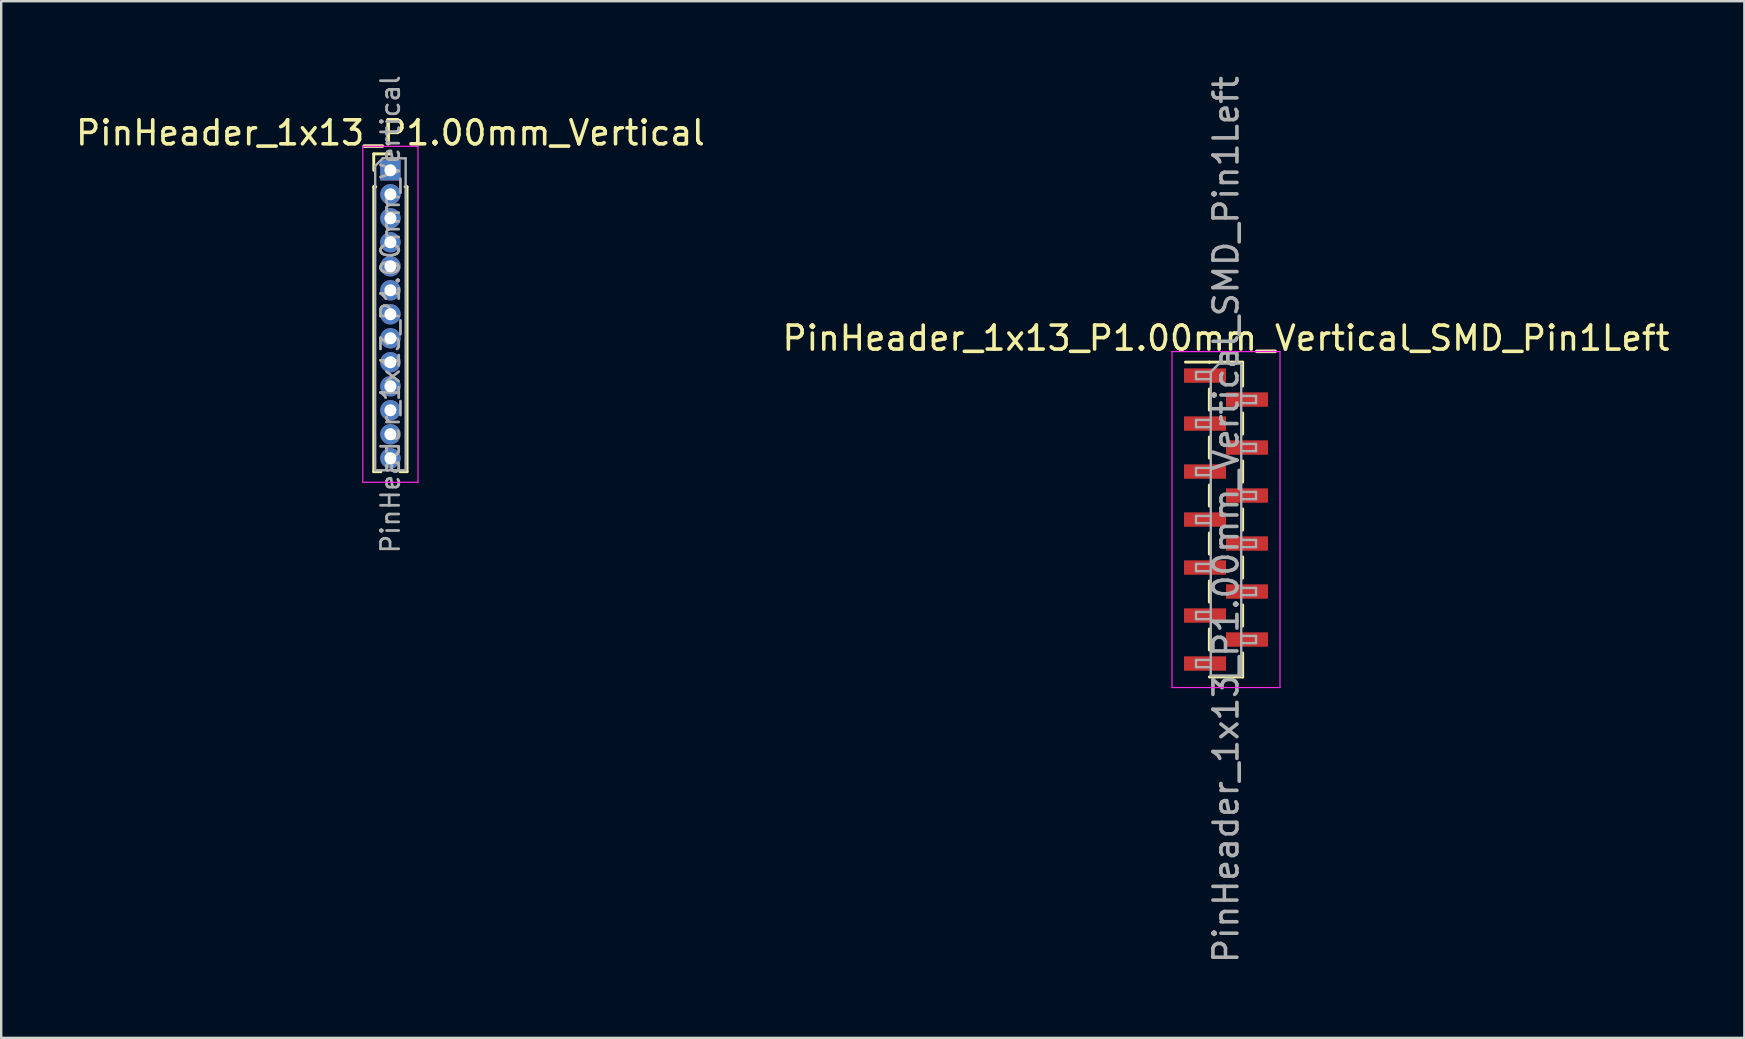
<source format=kicad_pcb>
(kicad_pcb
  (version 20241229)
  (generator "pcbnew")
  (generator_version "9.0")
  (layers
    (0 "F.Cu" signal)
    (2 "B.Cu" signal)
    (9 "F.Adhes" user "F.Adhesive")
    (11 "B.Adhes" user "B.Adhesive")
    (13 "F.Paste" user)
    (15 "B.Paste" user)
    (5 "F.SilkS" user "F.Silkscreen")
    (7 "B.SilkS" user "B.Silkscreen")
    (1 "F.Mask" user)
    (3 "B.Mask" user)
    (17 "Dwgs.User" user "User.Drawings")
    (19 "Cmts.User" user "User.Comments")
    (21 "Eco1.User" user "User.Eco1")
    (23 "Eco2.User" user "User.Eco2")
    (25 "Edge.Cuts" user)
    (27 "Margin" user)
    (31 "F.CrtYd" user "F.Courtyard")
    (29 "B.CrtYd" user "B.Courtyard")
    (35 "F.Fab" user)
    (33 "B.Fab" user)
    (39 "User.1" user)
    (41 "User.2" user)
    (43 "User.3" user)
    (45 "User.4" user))
  (footprint "PinHeader_1x13_P1.00mm_Vertical"
    (layer "F.Cu")
    (at 13.22 4.047)
    (property "Reference" "PinHeader_1x13_P1.00mm_Vertical" (at 0 -1.56 0) (layer "F.SilkS") (effects (font (size 1 1) (thickness 0.15))))
    (attr through_hole)
    (fp_line (start -0.695 -0.685) (end 0 -0.685) (stroke (width 0.12) (type solid)) (layer "F.SilkS"))
    (fp_line (start -0.695 0) (end -0.695 -0.685) (stroke (width 0.12) (type solid)) (layer "F.SilkS"))
    (fp_line (start -0.695 0.685) (end -0.695 12.56) (stroke (width 0.12) (type solid)) (layer "F.SilkS"))
    (fp_line (start -0.695 0.685) (end -0.608 0.685) (stroke (width 0.12) (type solid)) (layer "F.SilkS"))
    (fp_line (start -0.695 12.56) (end -0.394 12.56) (stroke (width 0.12) (type solid)) (layer "F.SilkS"))
    (fp_line (start 0.394 12.56) (end 0.695 12.56) (stroke (width 0.12) (type solid)) (layer "F.SilkS"))
    (fp_line (start 0.608 0.685) (end 0.695 0.685) (stroke (width 0.12) (type solid)) (layer "F.SilkS"))
    (fp_line (start 0.695 0.685) (end 0.695 12.56) (stroke (width 0.12) (type solid)) (layer "F.SilkS"))
    (fp_line (start -1.15 -1) (end -1.15 13) (stroke (width 0.05) (type solid)) (layer "F.CrtYd"))
    (fp_line (start -1.15 13) (end 1.15 13) (stroke (width 0.05) (type solid)) (layer "F.CrtYd"))
    (fp_line (start 1.15 -1) (end -1.15 -1) (stroke (width 0.05) (type solid)) (layer "F.CrtYd"))
    (fp_line (start 1.15 13) (end 1.15 -1) (stroke (width 0.05) (type solid)) (layer "F.CrtYd"))
    (fp_line (start -0.635 -0.182) (end -0.318 -0.5) (stroke (width 0.1) (type solid)) (layer "F.Fab"))
    (fp_line (start -0.635 12.5) (end -0.635 -0.182) (stroke (width 0.1) (type solid)) (layer "F.Fab"))
    (fp_line (start -0.318 -0.5) (end 0.635 -0.5) (stroke (width 0.1) (type solid)) (layer "F.Fab"))
    (fp_line (start 0.635 -0.5) (end 0.635 12.5) (stroke (width 0.1) (type solid)) (layer "F.Fab"))
    (fp_line (start 0.635 12.5) (end -0.635 12.5) (stroke (width 0.1) (type solid)) (layer "F.Fab"))
    (fp_text user "${REFERENCE}" (at 0 6 90) (layer "F.Fab") (effects (font (size 0.76 0.76) (thickness 0.114))))
    (pad "1" thru_hole rect (at 0 0) (size 0.85 0.85) (drill 0.5) (layers "*.Cu" "*.Mask"))
    (pad "2" thru_hole oval (at 0 1) (size 0.85 0.85) (drill 0.5) (layers "*.Cu" "*.Mask"))
    (pad "3" thru_hole oval (at 0 2) (size 0.85 0.85) (drill 0.5) (layers "*.Cu" "*.Mask"))
    (pad "4" thru_hole oval (at 0 3) (size 0.85 0.85) (drill 0.5) (layers "*.Cu" "*.Mask"))
    (pad "5" thru_hole oval (at 0 4) (size 0.85 0.85) (drill 0.5) (layers "*.Cu" "*.Mask"))
    (pad "6" thru_hole oval (at 0 5) (size 0.85 0.85) (drill 0.5) (layers "*.Cu" "*.Mask"))
    (pad "7" thru_hole oval (at 0 6) (size 0.85 0.85) (drill 0.5) (layers "*.Cu" "*.Mask"))
    (pad "8" thru_hole oval (at 0 7) (size 0.85 0.85) (drill 0.5) (layers "*.Cu" "*.Mask"))
    (pad "9" thru_hole oval (at 0 8) (size 0.85 0.85) (drill 0.5) (layers "*.Cu" "*.Mask"))
    (pad "10" thru_hole oval (at 0 9) (size 0.85 0.85) (drill 0.5) (layers "*.Cu" "*.Mask"))
    (pad "11" thru_hole oval (at 0 10) (size 0.85 0.85) (drill 0.5) (layers "*.Cu" "*.Mask"))
    (pad "12" thru_hole oval (at 0 11) (size 0.85 0.85) (drill 0.5) (layers "*.Cu" "*.Mask"))
    (pad "13" thru_hole oval (at 0 12) (size 0.85 0.85) (drill 0.5) (layers "*.Cu" "*.Mask")))
  (footprint "PinHeader_1x13_P1.00mm_Vertical_SMD_Pin1Left"
    (layer "F.Cu")
    (at 48.042 18.601)
    (property "Reference" "PinHeader_1x13_P1.00mm_Vertical_SMD_Pin1Left" (at 0 -7.56 0) (layer "F.SilkS") (effects (font (size 1 1) (thickness 0.15))))
    (attr smd)
    (fp_line (start -0.695 -6.56) (end -1.69 -6.56) (stroke (width 0.12) (type solid)) (layer "F.SilkS"))
    (fp_line (start -0.695 -6.56) (end -0.695 -6.56) (stroke (width 0.12) (type solid)) (layer "F.SilkS"))
    (fp_line (start -0.695 -6.56) (end 0.695 -6.56) (stroke (width 0.12) (type solid)) (layer "F.SilkS"))
    (fp_line (start -0.695 -5.44) (end -0.695 -4.56) (stroke (width 0.12) (type solid)) (layer "F.SilkS"))
    (fp_line (start -0.695 -3.44) (end -0.695 -2.56) (stroke (width 0.12) (type solid)) (layer "F.SilkS"))
    (fp_line (start -0.695 -1.44) (end -0.695 -0.56) (stroke (width 0.12) (type solid)) (layer "F.SilkS"))
    (fp_line (start -0.695 0.56) (end -0.695 1.44) (stroke (width 0.12) (type solid)) (layer "F.SilkS"))
    (fp_line (start -0.695 2.56) (end -0.695 3.44) (stroke (width 0.12) (type solid)) (layer "F.SilkS"))
    (fp_line (start -0.695 4.56) (end -0.695 5.44) (stroke (width 0.12) (type solid)) (layer "F.SilkS"))
    (fp_line (start -0.695 6.56) (end 0.695 6.56) (stroke (width 0.12) (type solid)) (layer "F.SilkS"))
    (fp_line (start 0.695 -6.56) (end 0.695 -5.56) (stroke (width 0.12) (type solid)) (layer "F.SilkS"))
    (fp_line (start 0.695 -4.44) (end 0.695 -3.56) (stroke (width 0.12) (type solid)) (layer "F.SilkS"))
    (fp_line (start 0.695 -2.44) (end 0.695 -1.56) (stroke (width 0.12) (type solid)) (layer "F.SilkS"))
    (fp_line (start 0.695 -0.44) (end 0.695 0.44) (stroke (width 0.12) (type solid)) (layer "F.SilkS"))
    (fp_line (start 0.695 1.56) (end 0.695 2.44) (stroke (width 0.12) (type solid)) (layer "F.SilkS"))
    (fp_line (start 0.695 3.56) (end 0.695 4.44) (stroke (width 0.12) (type solid)) (layer "F.SilkS"))
    (fp_line (start 0.695 5.56) (end 0.695 6.56) (stroke (width 0.12) (type solid)) (layer "F.SilkS"))
    (fp_line (start 0.695 6.56) (end 0.695 6.56) (stroke (width 0.12) (type solid)) (layer "F.SilkS"))
    (fp_line (start -2.25 -7) (end -2.25 7) (stroke (width 0.05) (type solid)) (layer "F.CrtYd"))
    (fp_line (start -2.25 7) (end 2.25 7) (stroke (width 0.05) (type solid)) (layer "F.CrtYd"))
    (fp_line (start 2.25 -7) (end -2.25 -7) (stroke (width 0.05) (type solid)) (layer "F.CrtYd"))
    (fp_line (start 2.25 7) (end 2.25 -7) (stroke (width 0.05) (type solid)) (layer "F.CrtYd"))
    (fp_line (start -1.25 -6.15) (end -1.25 -5.85) (stroke (width 0.1) (type solid)) (layer "F.Fab"))
    (fp_line (start -1.25 -5.85) (end -0.635 -5.85) (stroke (width 0.1) (type solid)) (layer "F.Fab"))
    (fp_line (start -1.25 -4.15) (end -1.25 -3.85) (stroke (width 0.1) (type solid)) (layer "F.Fab"))
    (fp_line (start -1.25 -3.85) (end -0.635 -3.85) (stroke (width 0.1) (type solid)) (layer "F.Fab"))
    (fp_line (start -1.25 -2.15) (end -1.25 -1.85) (stroke (width 0.1) (type solid)) (layer "F.Fab"))
    (fp_line (start -1.25 -1.85) (end -0.635 -1.85) (stroke (width 0.1) (type solid)) (layer "F.Fab"))
    (fp_line (start -1.25 -0.15) (end -1.25 0.15) (stroke (width 0.1) (type solid)) (layer "F.Fab"))
    (fp_line (start -1.25 0.15) (end -0.635 0.15) (stroke (width 0.1) (type solid)) (layer "F.Fab"))
    (fp_line (start -1.25 1.85) (end -1.25 2.15) (stroke (width 0.1) (type solid)) (layer "F.Fab"))
    (fp_line (start -1.25 2.15) (end -0.635 2.15) (stroke (width 0.1) (type solid)) (layer "F.Fab"))
    (fp_line (start -1.25 3.85) (end -1.25 4.15) (stroke (width 0.1) (type solid)) (layer "F.Fab"))
    (fp_line (start -1.25 4.15) (end -0.635 4.15) (stroke (width 0.1) (type solid)) (layer "F.Fab"))
    (fp_line (start -1.25 5.85) (end -1.25 6.15) (stroke (width 0.1) (type solid)) (layer "F.Fab"))
    (fp_line (start -1.25 6.15) (end -0.635 6.15) (stroke (width 0.1) (type solid)) (layer "F.Fab"))
    (fp_line (start -0.635 -6.15) (end -1.25 -6.15) (stroke (width 0.1) (type solid)) (layer "F.Fab"))
    (fp_line (start -0.635 -6.15) (end -0.285 -6.5) (stroke (width 0.1) (type solid)) (layer "F.Fab"))
    (fp_line (start -0.635 -4.15) (end -1.25 -4.15) (stroke (width 0.1) (type solid)) (layer "F.Fab"))
    (fp_line (start -0.635 -2.15) (end -1.25 -2.15) (stroke (width 0.1) (type solid)) (layer "F.Fab"))
    (fp_line (start -0.635 -0.15) (end -1.25 -0.15) (stroke (width 0.1) (type solid)) (layer "F.Fab"))
    (fp_line (start -0.635 1.85) (end -1.25 1.85) (stroke (width 0.1) (type solid)) (layer "F.Fab"))
    (fp_line (start -0.635 3.85) (end -1.25 3.85) (stroke (width 0.1) (type solid)) (layer "F.Fab"))
    (fp_line (start -0.635 5.85) (end -1.25 5.85) (stroke (width 0.1) (type solid)) (layer "F.Fab"))
    (fp_line (start -0.635 6.5) (end -0.635 -6.15) (stroke (width 0.1) (type solid)) (layer "F.Fab"))
    (fp_line (start -0.285 -6.5) (end 0.635 -6.5) (stroke (width 0.1) (type solid)) (layer "F.Fab"))
    (fp_line (start 0.635 -6.5) (end 0.635 6.5) (stroke (width 0.1) (type solid)) (layer "F.Fab"))
    (fp_line (start 0.635 -5.15) (end 1.25 -5.15) (stroke (width 0.1) (type solid)) (layer "F.Fab"))
    (fp_line (start 0.635 -3.15) (end 1.25 -3.15) (stroke (width 0.1) (type solid)) (layer "F.Fab"))
    (fp_line (start 0.635 -1.15) (end 1.25 -1.15) (stroke (width 0.1) (type solid)) (layer "F.Fab"))
    (fp_line (start 0.635 0.85) (end 1.25 0.85) (stroke (width 0.1) (type solid)) (layer "F.Fab"))
    (fp_line (start 0.635 2.85) (end 1.25 2.85) (stroke (width 0.1) (type solid)) (layer "F.Fab"))
    (fp_line (start 0.635 4.85) (end 1.25 4.85) (stroke (width 0.1) (type solid)) (layer "F.Fab"))
    (fp_line (start 0.635 6.5) (end -0.635 6.5) (stroke (width 0.1) (type solid)) (layer "F.Fab"))
    (fp_line (start 1.25 -5.15) (end 1.25 -4.85) (stroke (width 0.1) (type solid)) (layer "F.Fab"))
    (fp_line (start 1.25 -4.85) (end 0.635 -4.85) (stroke (width 0.1) (type solid)) (layer "F.Fab"))
    (fp_line (start 1.25 -3.15) (end 1.25 -2.85) (stroke (width 0.1) (type solid)) (layer "F.Fab"))
    (fp_line (start 1.25 -2.85) (end 0.635 -2.85) (stroke (width 0.1) (type solid)) (layer "F.Fab"))
    (fp_line (start 1.25 -1.15) (end 1.25 -0.85) (stroke (width 0.1) (type solid)) (layer "F.Fab"))
    (fp_line (start 1.25 -0.85) (end 0.635 -0.85) (stroke (width 0.1) (type solid)) (layer "F.Fab"))
    (fp_line (start 1.25 0.85) (end 1.25 1.15) (stroke (width 0.1) (type solid)) (layer "F.Fab"))
    (fp_line (start 1.25 1.15) (end 0.635 1.15) (stroke (width 0.1) (type solid)) (layer "F.Fab"))
    (fp_line (start 1.25 2.85) (end 1.25 3.15) (stroke (width 0.1) (type solid)) (layer "F.Fab"))
    (fp_line (start 1.25 3.15) (end 0.635 3.15) (stroke (width 0.1) (type solid)) (layer "F.Fab"))
    (fp_line (start 1.25 4.85) (end 1.25 5.15) (stroke (width 0.1) (type solid)) (layer "F.Fab"))
    (fp_line (start 1.25 5.15) (end 0.635 5.15) (stroke (width 0.1) (type solid)) (layer "F.Fab"))
    (fp_text user "${REFERENCE}" (at 0 0 90) (layer "F.Fab") (effects (font (size 1 1) (thickness 0.15))))
    (pad "1" smd rect (at -0.875 -6) (size 1.75 0.6) (layers "F.Cu" "F.Mask" "F.Paste"))
    (pad "2" smd rect (at 0.875 -5) (size 1.75 0.6) (layers "F.Cu" "F.Mask" "F.Paste"))
    (pad "3" smd rect (at -0.875 -4) (size 1.75 0.6) (layers "F.Cu" "F.Mask" "F.Paste"))
    (pad "4" smd rect (at 0.875 -3) (size 1.75 0.6) (layers "F.Cu" "F.Mask" "F.Paste"))
    (pad "5" smd rect (at -0.875 -2) (size 1.75 0.6) (layers "F.Cu" "F.Mask" "F.Paste"))
    (pad "6" smd rect (at 0.875 -1) (size 1.75 0.6) (layers "F.Cu" "F.Mask" "F.Paste"))
    (pad "7" smd rect (at -0.875 0) (size 1.75 0.6) (layers "F.Cu" "F.Mask" "F.Paste"))
    (pad "8" smd rect (at 0.875 1) (size 1.75 0.6) (layers "F.Cu" "F.Mask" "F.Paste"))
    (pad "9" smd rect (at -0.875 2) (size 1.75 0.6) (layers "F.Cu" "F.Mask" "F.Paste"))
    (pad "10" smd rect (at 0.875 3) (size 1.75 0.6) (layers "F.Cu" "F.Mask" "F.Paste"))
    (pad "11" smd rect (at -0.875 4) (size 1.75 0.6) (layers "F.Cu" "F.Mask" "F.Paste"))
    (pad "12" smd rect (at 0.875 5) (size 1.75 0.6) (layers "F.Cu" "F.Mask" "F.Paste"))
    (pad "13" smd rect (at -0.875 6) (size 1.75 0.6) (layers "F.Cu" "F.Mask" "F.Paste")))
  (gr_rect
    (start -3 -3)
    (end 69.643 40.202)
    (stroke (width 0.1) (type default))
    (fill no)
    (layer "Edge.Cuts")))
</source>
